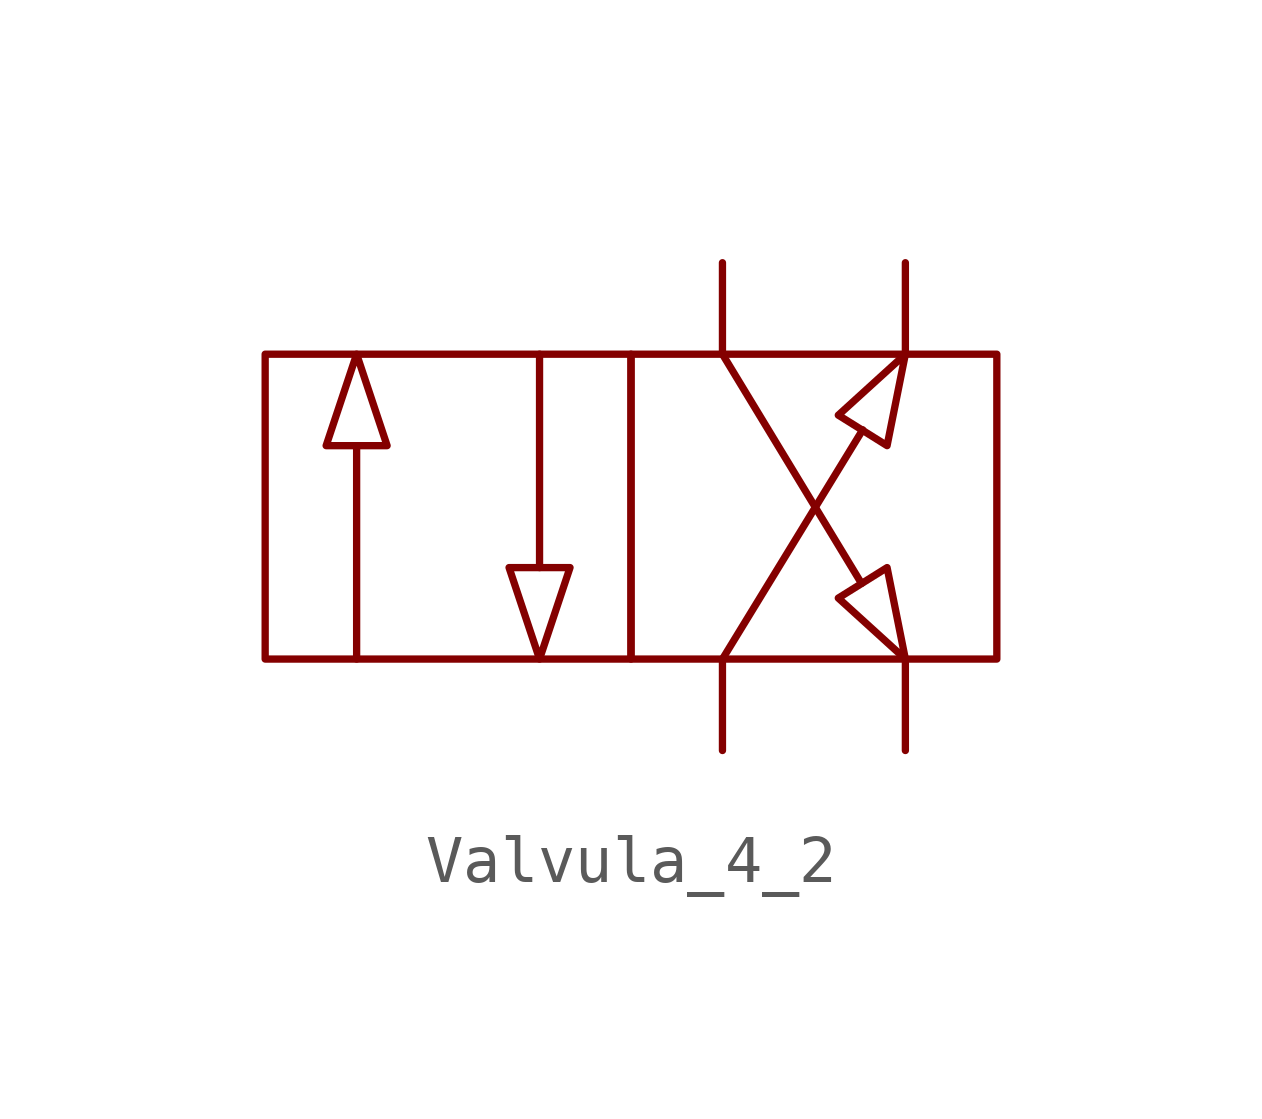
<source format=kicad_sym>
(kicad_symbol_lib
  (version 20211014)
  (generator kicad_symbol_editor)
  (symbol "Valvula_4_2"
    (pin_names
      (offset 1.016))
    (property "Reference" "V"
      (at -1.27 -2.54 0)
      (effects (font (size 2.54 2.54)) (justify left) hide))
    (symbol "Valvula_4_2_0_1"
      (polyline (pts (xy -5.715 4.445) (xy -5.715 0)) (stroke (width 0) (type default) (color 0 0 0 0)) (fill (type none)))
      (polyline (pts (xy -1.905 1.905) (xy -1.905 6.35)) (stroke (width 0) (type default) (color 0 0 0 0)) (fill (type none)))
      (polyline (pts (xy 4.801 1.575) (xy 1.905 6.35)) (stroke (width 0) (type default) (color 0 0 0 0)) (fill (type none)))
      (polyline (pts (xy 4.826 4.775) (xy 1.905 0)) (stroke (width 0) (type default) (color 0 0 0 0)) (fill (type none)))
      (polyline (pts (xy -5.715 6.35) (xy -6.35 4.445) (xy -5.08 4.445) (xy -5.715 6.35)) (stroke (width 0) (type default) (color 0 0 0 0)) (fill (type none)))
      (polyline (pts (xy -1.905 0) (xy -2.54 1.905) (xy -1.27 1.905) (xy -1.905 0)) (stroke (width 0) (type default) (color 0 0 0 0)) (fill (type none)))
      (polyline (pts (xy 5.715 0) (xy 5.334 1.905) (xy 4.318 1.27) (xy 5.715 0)) (stroke (width 0) (type default) (color 0 0 0 0)) (fill (type none)))
      (polyline (pts (xy 5.715 6.35) (xy 5.334 4.445) (xy 4.318 5.08) (xy 5.715 6.35)) (stroke (width 0) (type default) (color 0 0 0 0)) (fill (type none)))
      (rectangle (start 0 6.35) (end -7.62 0) (stroke (width 0) (type default) (color 0 0 0 0)) (fill (type none)))
      (rectangle (start 0 6.35) (end 7.62 0) (stroke (width 0) (type default) (color 0 0 0 0)) (fill (type none))))
    (symbol "Valvula_4_2_1_1"
      (pin input line (at 1.905 -1.905 90) (length 1.905) (name "" (effects (font (size 1.27 1.27)))) (number "" (effects (font (size 1.27 1.27)))))
      (pin bidirectional line (at 1.905 8.255 270) (length 1.905) (name "" (effects (font (size 1.27 1.27)))) (number "" (effects (font (size 1.27 1.27)))))
      (pin output line (at 5.715 -1.905 90) (length 1.905) (name "" (effects (font (size 1.27 1.27)))) (number "" (effects (font (size 1.27 1.27)))))
      (pin bidirectional line (at 5.715 8.255 270) (length 1.905) (name "" (effects (font (size 1.27 1.27)))) (number "" (effects (font (size 1.27 1.27))))))))
</source>
